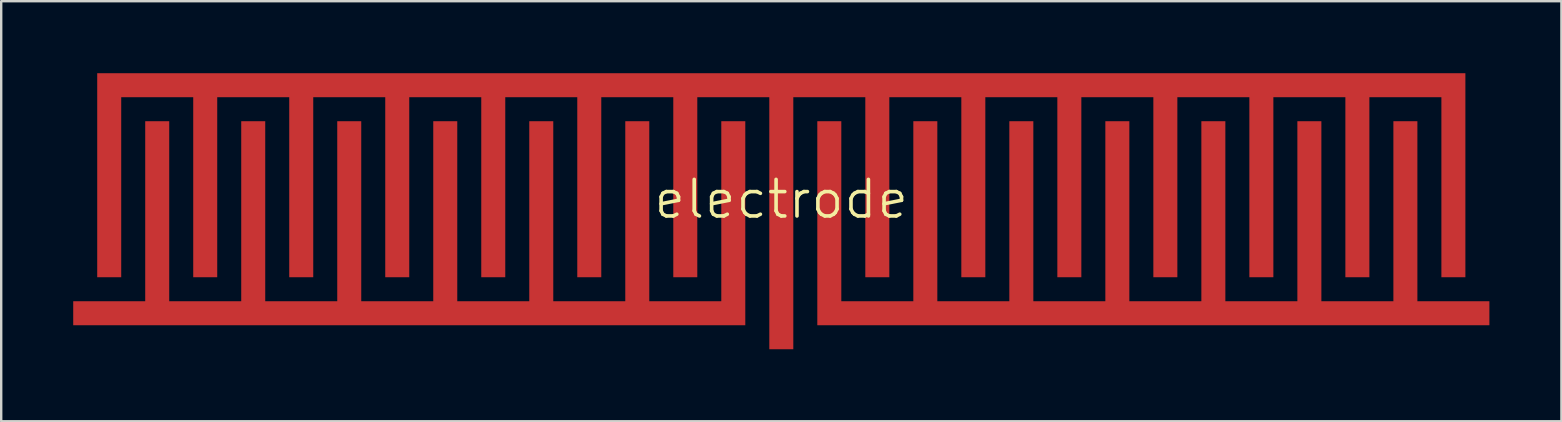
<source format=kicad_pcb>
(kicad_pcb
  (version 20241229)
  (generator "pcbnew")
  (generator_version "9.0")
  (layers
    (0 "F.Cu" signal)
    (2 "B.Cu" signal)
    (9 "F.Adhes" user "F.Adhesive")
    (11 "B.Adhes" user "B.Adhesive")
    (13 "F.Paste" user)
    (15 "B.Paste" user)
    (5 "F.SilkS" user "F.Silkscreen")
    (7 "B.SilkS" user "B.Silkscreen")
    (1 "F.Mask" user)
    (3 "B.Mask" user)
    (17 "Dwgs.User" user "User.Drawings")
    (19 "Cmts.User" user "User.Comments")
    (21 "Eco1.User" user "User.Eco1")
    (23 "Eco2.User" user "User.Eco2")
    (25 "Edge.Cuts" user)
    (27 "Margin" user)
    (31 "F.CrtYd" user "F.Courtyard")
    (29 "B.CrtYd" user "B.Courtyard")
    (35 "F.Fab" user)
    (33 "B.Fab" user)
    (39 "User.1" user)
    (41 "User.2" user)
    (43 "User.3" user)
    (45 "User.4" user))
  (footprint "electrode"
    (layer "F.Cu")
    (at 29.5 5.25)
    (property "Reference" "electrode" (at 0 0 0) (layer "F.SilkS") (effects (font (size 1.524 1.524) (thickness 0.15))))
    (attr through_hole)
    (pad "comm_high_voltage" smd custom (at 0 0) (size 0.001 0.001) (layers "F.Cu" "F.Mask" "F.Paste") (options (anchor circle)) (primitives (gr_poly (pts (xy -0.5 6.25) (xy 0.5 6.25) (xy 0.5 -4.25) (xy 3.5 -4.25) (xy 3.5 3.25) (xy 4.5 3.25) (xy 4.5 -4.25) (xy 7.5 -4.25) (xy 7.5 3.25) (xy 8.5 3.25) (xy 8.5 -4.25) (xy 11.5 -4.25) (xy 11.5 3.25) (xy 12.5 3.25) (xy 12.5 -4.25) (xy 15.5 -4.25) (xy 15.5 3.25) (xy 16.5 3.25) (xy 16.5 -4.25) (xy 19.5 -4.25) (xy 19.5 3.25) (xy 20.5 3.25) (xy 20.5 -4.25) (xy 23.5 -4.25) (xy 23.5 3.25) (xy 24.5 3.25) (xy 24.5 -4.25) (xy 27.5 -4.25) (xy 27.5 3.25) (xy 28.5 3.25) (xy 28.5 -5.25) (xy 0.5 -5.25) (xy -0.5 -5.25) (xy -28.5 -5.25) (xy -28.5 3.25) (xy -27.5 3.25) (xy -27.5 -4.25) (xy -24.5 -4.25) (xy -24.5 3.25) (xy -23.5 3.25) (xy -23.5 -4.25) (xy -20.5 -4.25) (xy -20.5 3.25) (xy -19.5 3.25) (xy -19.5 -4.25) (xy -16.5 -4.25) (xy -16.5 3.25) (xy -15.5 3.25) (xy -15.5 -4.25) (xy -12.5 -4.25) (xy -12.5 3.25) (xy -11.5 3.25) (xy -11.5 -4.25) (xy -8.5 -4.25) (xy -8.5 3.25) (xy -7.5 3.25) (xy -7.5 -4.25) (xy -4.5 -4.25) (xy -4.5 3.25) (xy -3.5 3.25) (xy -3.5 -4.25) (xy -0.5 -4.25) (xy -0.5 6.25) (xy 0.5 6.25)) (width 0) (fill yes))))
    (pad "left_low" smd custom (at 0 0) (size 0.001 0.001) (layers "F.Cu" "F.Mask" "F.Paste") (options (anchor circle)) (primitives (gr_poly (pts (xy 1.5 5.25) (xy 1.5 -3.25) (xy 2.5 -3.25) (xy 2.5 4.25) (xy 5.5 4.25) (xy 5.5 -3.25) (xy 6.5 -3.25) (xy 6.5 4.25) (xy 9.5 4.25) (xy 9.5 -3.25) (xy 10.5 -3.25) (xy 10.5 4.25) (xy 13.5 4.25) (xy 13.5 -3.25) (xy 14.5 -3.25) (xy 14.5 4.25) (xy 17.5 4.25) (xy 17.5 -3.25) (xy 18.5 -3.25) (xy 18.5 4.25) (xy 21.5 4.25) (xy 21.5 -3.25) (xy 22.5 -3.25) (xy 22.5 4.25) (xy 25.5 4.25) (xy 25.5 -3.25) (xy 26.5 -3.25) (xy 26.5 4.25) (xy 29.5 4.25) (xy 29.5 5.25) (xy 1.5 5.25)) (width 0) (fill yes))))
    (pad "right_low" smd custom (at 0 0) (size 0.001 0.001) (layers "F.Cu" "F.Mask" "F.Paste") (options (anchor circle)) (primitives (gr_poly (pts (xy -1.5 5.25) (xy -1.5 -3.25) (xy -2.5 -3.25) (xy -2.5 4.25) (xy -5.5 4.25) (xy -5.5 -3.25) (xy -6.5 -3.25) (xy -6.5 4.25) (xy -9.5 4.25) (xy -9.5 -3.25) (xy -10.5 -3.25) (xy -10.5 4.25) (xy -13.5 4.25) (xy -13.5 -3.25) (xy -14.5 -3.25) (xy -14.5 4.25) (xy -17.5 4.25) (xy -17.5 -3.25) (xy -18.5 -3.25) (xy -18.5 4.25) (xy -21.5 4.25) (xy -21.5 -3.25) (xy -22.5 -3.25) (xy -22.5 4.25) (xy -25.5 4.25) (xy -25.5 -3.25) (xy -26.5 -3.25) (xy -26.5 4.25) (xy -29.5 4.25) (xy -29.5 5.25) (xy -1.5 5.25)) (width 0) (fill yes)))))
  (gr_rect
    (start -3 -3)
    (end 62 14.5)
    (stroke (width 0.1) (type default))
    (fill no)
    (layer "Edge.Cuts")))
</source>
